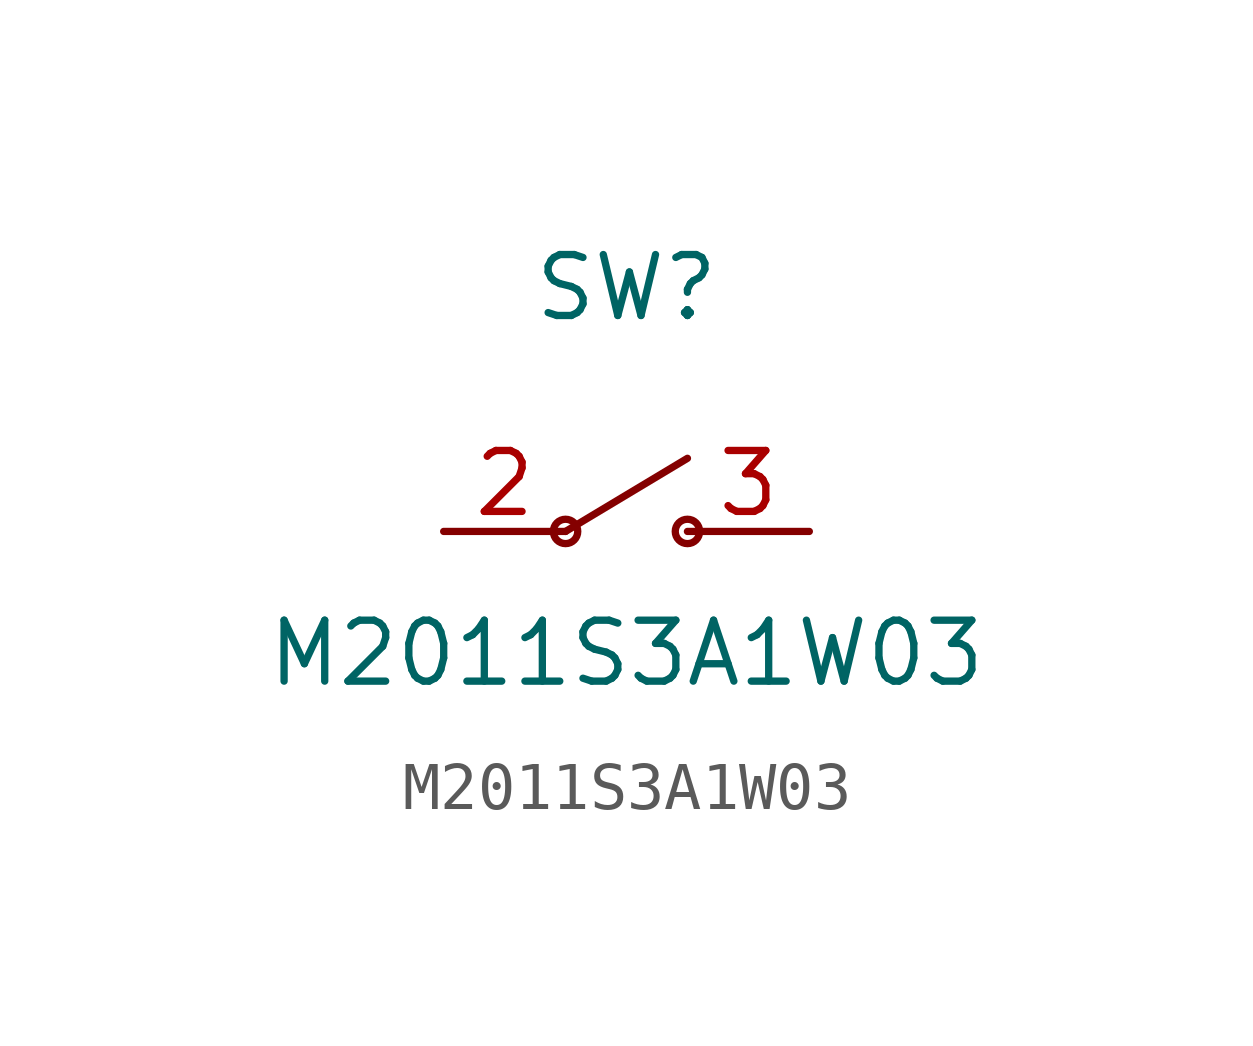
<source format=kicad_sym>
(kicad_symbol_lib
  (version 20231120)
  (generator "kicad_symbol_editor")
  (generator_version "8.0")
  (symbol "M2011S3A1W03"
    (pin_names hide)
    (property "Reference" "SW"
      (at 0 5.08 0)
      (effects (font (size 1.27 1.27))))
    (property "Value" "M2011S3A1W03"
      (at 0 -2.54 0)
      (effects (font (size 1.27 1.27))))
    (symbol "M2011S3A1W03_0_1"
      (circle (center -1.27 0) (radius 0.254) (stroke (width 0) (type default)) (fill (type none)))
      (polyline (pts (xy -1.27 0) (xy 1.27 1.524)) (stroke (width 0) (type default)) (fill (type none)))
      (circle (center 1.27 0) (radius 0.254) (stroke (width 0) (type default)) (fill (type none))))
    (symbol "M2011S3A1W03_1_1"
      (pin passive line (at -3.81 0 0) (length 2.54) (name "A" (effects (font (size 1.27 1.27)))) (number "2" (effects (font (size 1.27 1.27)))))
      (pin passive line (at 3.81 0 180) (length 2.54) (name "A" (effects (font (size 1.27 1.27)))) (number "3" (effects (font (size 1.27 1.27))))))))
</source>
